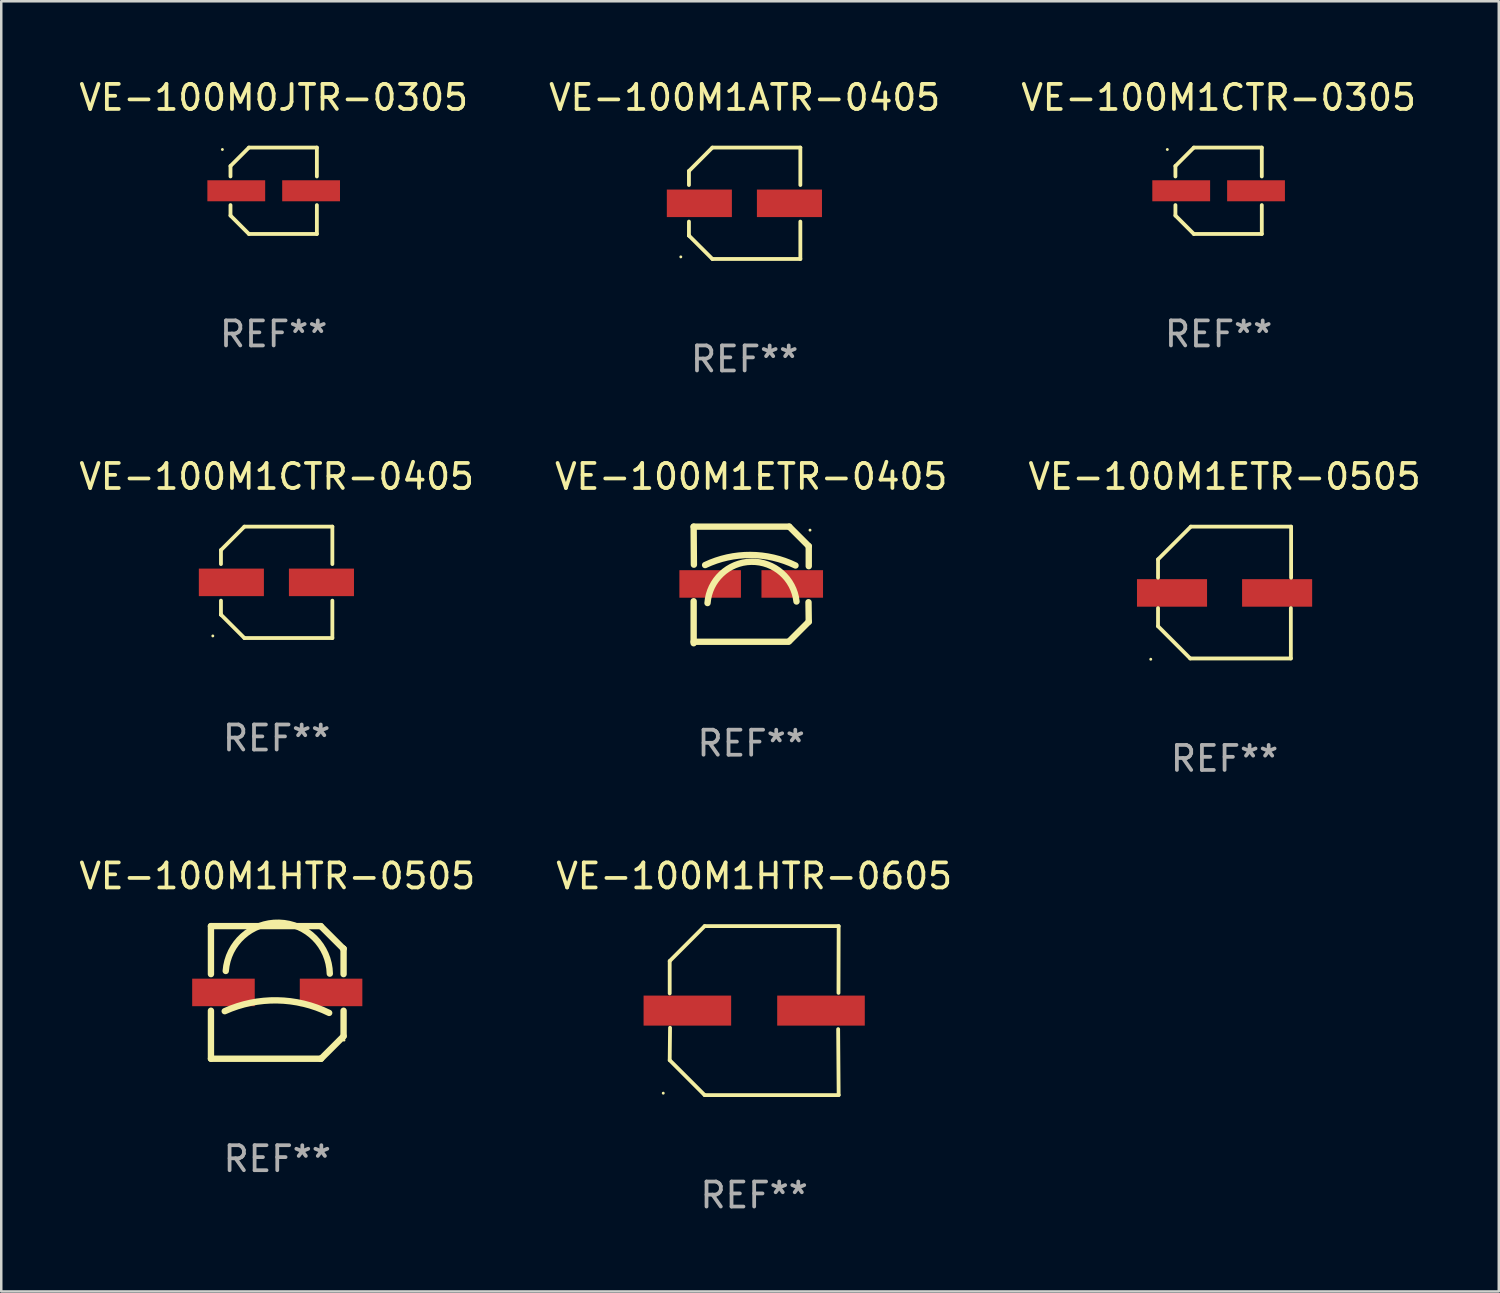
<source format=kicad_pcb>
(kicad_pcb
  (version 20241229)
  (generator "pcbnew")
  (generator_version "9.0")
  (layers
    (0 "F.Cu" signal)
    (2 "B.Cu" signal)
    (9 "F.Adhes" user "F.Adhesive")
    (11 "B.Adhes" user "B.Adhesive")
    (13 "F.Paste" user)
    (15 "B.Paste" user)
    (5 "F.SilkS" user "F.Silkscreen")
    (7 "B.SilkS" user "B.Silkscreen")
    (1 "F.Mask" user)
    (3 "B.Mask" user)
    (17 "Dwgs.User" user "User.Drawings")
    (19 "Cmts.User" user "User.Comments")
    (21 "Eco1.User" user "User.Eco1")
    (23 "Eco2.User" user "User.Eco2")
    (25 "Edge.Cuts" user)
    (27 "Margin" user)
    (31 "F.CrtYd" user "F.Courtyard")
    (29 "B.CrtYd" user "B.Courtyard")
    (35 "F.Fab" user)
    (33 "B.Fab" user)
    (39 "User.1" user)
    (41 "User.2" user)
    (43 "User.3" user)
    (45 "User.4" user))
  (footprint "VE-100M1HTR-0505"
    (layer "F.Cu")
    (at 8.03 36.61)
    (property "Reference" "VE-100M1HTR-0505" (at 0 -4.65 0) (layer "F.SilkS") (effects (font (size 1 1) (thickness 0.15))))
    (attr through_hole)
    (fp_line (start -2.65 -2.65) (end 1.74 -2.65) (stroke (width 0.254) (type solid)) (layer "F.SilkS"))
    (fp_line (start -2.65 -0.731) (end -2.65 -2.65) (stroke (width 0.254) (type solid)) (layer "F.SilkS"))
    (fp_line (start -2.65 2.65) (end -2.65 0.731) (stroke (width 0.254) (type solid)) (layer "F.SilkS"))
    (fp_line (start -2.65 2.65) (end 1.73 2.65) (stroke (width 0.254) (type solid)) (layer "F.SilkS"))
    (fp_line (start 1.73 2.65) (end 1.75 2.65) (stroke (width 0.254) (type solid)) (layer "F.SilkS"))
    (fp_line (start 1.75 2.65) (end 2.65 1.75) (stroke (width 0.254) (type solid)) (layer "F.SilkS"))
    (fp_line (start 2.64 -1.75) (end 1.74 -2.65) (stroke (width 0.254) (type solid)) (layer "F.SilkS"))
    (fp_line (start 2.65 -1.75) (end 2.64 -1.75) (stroke (width 0.254) (type solid)) (layer "F.SilkS"))
    (fp_line (start 2.65 -0.731) (end 2.65 -1.75) (stroke (width 0.254) (type solid)) (layer "F.SilkS"))
    (fp_line (start 2.65 1.75) (end 2.65 0.731) (stroke (width 0.254) (type solid)) (layer "F.SilkS"))
    (fp_arc (start -2.1 0.749886) (mid -0.005214 0.316693) (end 2.074168 0.818644) (stroke (width 0.254001) (type solid)) (layer "F.SilkS"))
    (fp_arc (start -2.058369 -0.857759) (mid 0.072137 -2.78601) (end 2.1 -0.750089) (stroke (width 0.254001) (type solid)) (layer "F.SilkS"))
    (fp_circle (center 2.667 1.905) (end 2.697 1.905) (stroke (width 0.06) (type solid)) (fill no) (layer "F.SilkS"))
    (fp_text user "REF**" (at 0 6.65 0) (layer "F.Fab") (effects (font (size 1 1) (thickness 0.15))))
    (pad "1" smd rect (at 2.15 0) (size 2.5 1.1) (layers "F.Cu" "F.Mask" "F.Paste"))
    (pad "2" smd rect (at -2.15 0) (size 2.5 1.1) (layers "F.Cu" "F.Mask" "F.Paste")))
  (footprint "VE-100M1ATR-0405"
    (layer "F.Cu")
    (at 26.708 5.074)
    (property "Reference" "VE-100M1ATR-0405" (at 0 -4.226 0) (layer "F.SilkS") (effects (font (size 1 1) (thickness 0.15))))
    (attr through_hole)
    (fp_line (start -2.226 -1.289) (end -2.226 -0.73) (stroke (width 0.152) (type solid)) (layer "F.SilkS"))
    (fp_line (start -2.226 0.731) (end -2.226 1.291) (stroke (width 0.152) (type solid)) (layer "F.SilkS"))
    (fp_line (start -2.226 1.291) (end -2.226 1.291) (stroke (width 0.152) (type solid)) (layer "F.SilkS"))
    (fp_line (start -1.29 -2.226) (end -2.226 -1.289) (stroke (width 0.152) (type solid)) (layer "F.SilkS"))
    (fp_line (start -1.289 2.226) (end -2.226 1.291) (stroke (width 0.152) (type solid)) (layer "F.SilkS"))
    (fp_line (start 2.226 -2.226) (end -1.29 -2.226) (stroke (width 0.152) (type solid)) (layer "F.SilkS"))
    (fp_line (start 2.226 -0.73) (end 2.226 -2.226) (stroke (width 0.152) (type solid)) (layer "F.SilkS"))
    (fp_line (start 2.226 2.226) (end -1.289 2.226) (stroke (width 0.152) (type solid)) (layer "F.SilkS"))
    (fp_line (start 2.226 2.226) (end 2.226 0.731) (stroke (width 0.152) (type solid)) (layer "F.SilkS"))
    (fp_circle (center -2.551 2.142) (end -2.521 2.142) (stroke (width 0.06) (type solid)) (fill no) (layer "F.SilkS"))
    (fp_text user "REF**" (at 0 6.226 0) (layer "F.Fab") (effects (font (size 1 1) (thickness 0.15))))
    (pad "1" smd rect (at -1.81 0.001) (size 2.6 1.1) (layers "F.Cu" "F.Mask" "F.Paste"))
    (pad "2" smd rect (at 1.79 0.001) (size 2.6 1.1) (layers "F.Cu" "F.Mask" "F.Paste")))
  (footprint "VE-100M1ETR-0505"
    (layer "F.Cu")
    (at 45.887 20.63)
    (property "Reference" "VE-100M1ETR-0505" (at 0 -4.634 0) (layer "F.SilkS") (effects (font (size 1 1) (thickness 0.15))))
    (attr through_hole)
    (fp_line (start -2.659 -1.326) (end -2.659 -0.592) (stroke (width 0.152) (type solid)) (layer "F.SilkS"))
    (fp_line (start -2.659 1.346) (end -2.659 0.622) (stroke (width 0.152) (type solid)) (layer "F.SilkS"))
    (fp_line (start -1.372 2.634) (end -2.659 1.346) (stroke (width 0.152) (type solid)) (layer "F.SilkS"))
    (fp_line (start -1.349 -2.634) (end -2.659 -1.326) (stroke (width 0.152) (type solid)) (layer "F.SilkS"))
    (fp_line (start 2.649 0.622) (end 2.649 2.634) (stroke (width 0.152) (type solid)) (layer "F.SilkS"))
    (fp_line (start 2.649 2.634) (end -1.372 2.634) (stroke (width 0.152) (type solid)) (layer "F.SilkS"))
    (fp_line (start 2.659 -2.634) (end -1.349 -2.634) (stroke (width 0.152) (type solid)) (layer "F.SilkS"))
    (fp_line (start 2.659 -0.592) (end 2.659 -2.634) (stroke (width 0.152) (type solid)) (layer "F.SilkS"))
    (fp_circle (center -2.95 2.665) (end -2.92 2.665) (stroke (width 0.06) (type solid)) (fill no) (layer "F.SilkS"))
    (fp_text user "REF**" (at 0 6.634 0) (layer "F.Fab") (effects (font (size 1 1) (thickness 0.15))))
    (pad "1" smd rect (at -2.1 0.015) (size 2.8 1.1) (layers "F.Cu" "F.Mask" "F.Paste"))
    (pad "2" smd rect (at 2.1 0.015) (size 2.8 1.1) (layers "F.Cu" "F.Mask" "F.Paste")))
  (footprint "VE-100M1CTR-0305"
    (layer "F.Cu")
    (at 45.649 4.574)
    (property "Reference" "VE-100M1CTR-0305" (at 0 -3.726 0) (layer "F.SilkS") (effects (font (size 1 1) (thickness 0.15))))
    (attr through_hole)
    (fp_line (start -1.726 -0.99) (end -1.726 -0.572) (stroke (width 0.152) (type solid)) (layer "F.SilkS"))
    (fp_line (start -1.726 0.99) (end -1.726 0.572) (stroke (width 0.152) (type solid)) (layer "F.SilkS"))
    (fp_line (start -0.99 -1.726) (end -1.726 -0.99) (stroke (width 0.152) (type solid)) (layer "F.SilkS"))
    (fp_line (start -0.99 1.726) (end -1.726 0.99) (stroke (width 0.152) (type solid)) (layer "F.SilkS"))
    (fp_line (start 1.726 -1.726) (end -0.99 -1.726) (stroke (width 0.152) (type solid)) (layer "F.SilkS"))
    (fp_line (start 1.726 -0.572) (end 1.726 -1.726) (stroke (width 0.152) (type solid)) (layer "F.SilkS"))
    (fp_line (start 1.726 0.572) (end 1.726 1.726) (stroke (width 0.152) (type solid)) (layer "F.SilkS"))
    (fp_line (start 1.726 1.726) (end -0.99 1.726) (stroke (width 0.152) (type solid)) (layer "F.SilkS"))
    (fp_circle (center -2.05 -1.65) (end -2.02 -1.65) (stroke (width 0.06) (type solid)) (fill no) (layer "F.SilkS"))
    (fp_text user "REF**" (at 0 5.726 0) (layer "F.Fab") (effects (font (size 1 1) (thickness 0.15))))
    (pad "1" smd rect (at -1.495 0) (size 2.31 0.84) (layers "F.Cu" "F.Mask" "F.Paste"))
    (pad "2" smd rect (at 1.495 0) (size 2.31 0.84) (layers "F.Cu" "F.Mask" "F.Paste")))
  (footprint "VE-100M0JTR-0305"
    (layer "F.Cu")
    (at 7.887 4.574)
    (property "Reference" "VE-100M0JTR-0305" (at 0 -3.726 0) (layer "F.SilkS") (effects (font (size 1 1) (thickness 0.15))))
    (attr through_hole)
    (fp_line (start -1.726 -0.99) (end -1.726 -0.572) (stroke (width 0.152) (type solid)) (layer "F.SilkS"))
    (fp_line (start -1.726 0.99) (end -1.726 0.572) (stroke (width 0.152) (type solid)) (layer "F.SilkS"))
    (fp_line (start -0.99 -1.726) (end -1.726 -0.99) (stroke (width 0.152) (type solid)) (layer "F.SilkS"))
    (fp_line (start -0.99 1.726) (end -1.726 0.99) (stroke (width 0.152) (type solid)) (layer "F.SilkS"))
    (fp_line (start 1.726 -1.726) (end -0.99 -1.726) (stroke (width 0.152) (type solid)) (layer "F.SilkS"))
    (fp_line (start 1.726 -0.572) (end 1.726 -1.726) (stroke (width 0.152) (type solid)) (layer "F.SilkS"))
    (fp_line (start 1.726 0.572) (end 1.726 1.726) (stroke (width 0.152) (type solid)) (layer "F.SilkS"))
    (fp_line (start 1.726 1.726) (end -0.99 1.726) (stroke (width 0.152) (type solid)) (layer "F.SilkS"))
    (fp_circle (center -2.05 -1.65) (end -2.02 -1.65) (stroke (width 0.06) (type solid)) (fill no) (layer "F.SilkS"))
    (fp_text user "REF**" (at 0 5.726 0) (layer "F.Fab") (effects (font (size 1 1) (thickness 0.15))))
    (pad "1" smd rect (at -1.495 0) (size 2.31 0.84) (layers "F.Cu" "F.Mask" "F.Paste"))
    (pad "2" smd rect (at 1.495 0) (size 2.31 0.84) (layers "F.Cu" "F.Mask" "F.Paste")))
  (footprint "VE-100M1HTR-0605"
    (layer "F.Cu")
    (at 27.089 37.336)
    (property "Reference" "VE-100M1HTR-0605" (at 0 -5.376 0) (layer "F.SilkS") (effects (font (size 1 1) (thickness 0.15))))
    (attr through_hole)
    (fp_line (start -3.376 -1.98) (end -3.376 -0.686) (stroke (width 0.152) (type solid)) (layer "F.SilkS"))
    (fp_line (start -3.376 1.981) (end -3.362 0.686) (stroke (width 0.152) (type solid)) (layer "F.SilkS"))
    (fp_line (start -1.981 3.376) (end -3.376 1.981) (stroke (width 0.152) (type solid)) (layer "F.SilkS"))
    (fp_line (start -1.98 -3.376) (end -3.376 -1.98) (stroke (width 0.152) (type solid)) (layer "F.SilkS"))
    (fp_line (start 3.356 0.74) (end 3.376 3.376) (stroke (width 0.152) (type solid)) (layer "F.SilkS"))
    (fp_line (start 3.369 -0.707) (end 3.376 -3.376) (stroke (width 0.152) (type solid)) (layer "F.SilkS"))
    (fp_line (start 3.376 3.376) (end -1.981 3.376) (stroke (width 0.152) (type solid)) (layer "F.SilkS"))
    (fp_line (start 3.376 -3.376) (end -1.98 -3.376) (stroke (width 0.152) (type solid)) (layer "F.SilkS"))
    (fp_circle (center -3.634 3.3) (end -3.604 3.3) (stroke (width 0.06) (type solid)) (fill no) (layer "F.SilkS"))
    (fp_text user "REF**" (at 0 7.376 0) (layer "F.Fab") (effects (font (size 1 1) (thickness 0.15))))
    (pad "1" smd rect (at -2.67 0.000254) (size 3.5 1.2) (layers "F.Cu" "F.Mask" "F.Paste"))
    (pad "2" smd rect (at 2.67 0.000254) (size 3.5 1.2) (layers "F.Cu" "F.Mask" "F.Paste")))
  (footprint "VE-100M1CTR-0405"
    (layer "F.Cu")
    (at 8.006 20.222)
    (property "Reference" "VE-100M1CTR-0405" (at 0 -4.226 0) (layer "F.SilkS") (effects (font (size 1 1) (thickness 0.15))))
    (attr through_hole)
    (fp_line (start -2.226 -1.289) (end -2.226 -0.73) (stroke (width 0.152) (type solid)) (layer "F.SilkS"))
    (fp_line (start -2.226 0.731) (end -2.226 1.291) (stroke (width 0.152) (type solid)) (layer "F.SilkS"))
    (fp_line (start -2.226 1.291) (end -2.226 1.291) (stroke (width 0.152) (type solid)) (layer "F.SilkS"))
    (fp_line (start -1.29 -2.226) (end -2.226 -1.289) (stroke (width 0.152) (type solid)) (layer "F.SilkS"))
    (fp_line (start -1.289 2.226) (end -2.226 1.291) (stroke (width 0.152) (type solid)) (layer "F.SilkS"))
    (fp_line (start 2.226 -2.226) (end -1.29 -2.226) (stroke (width 0.152) (type solid)) (layer "F.SilkS"))
    (fp_line (start 2.226 -0.73) (end 2.226 -2.226) (stroke (width 0.152) (type solid)) (layer "F.SilkS"))
    (fp_line (start 2.226 2.226) (end -1.289 2.226) (stroke (width 0.152) (type solid)) (layer "F.SilkS"))
    (fp_line (start 2.226 2.226) (end 2.226 0.731) (stroke (width 0.152) (type solid)) (layer "F.SilkS"))
    (fp_circle (center -2.551 2.142) (end -2.521 2.142) (stroke (width 0.06) (type solid)) (fill no) (layer "F.SilkS"))
    (fp_text user "REF**" (at 0 6.226 0) (layer "F.Fab") (effects (font (size 1 1) (thickness 0.15))))
    (pad "1" smd rect (at -1.81 0.001) (size 2.6 1.1) (layers "F.Cu" "F.Mask" "F.Paste"))
    (pad "2" smd rect (at 1.79 0.001) (size 2.6 1.1) (layers "F.Cu" "F.Mask" "F.Paste")))
  (footprint "VE-100M1ETR-0405"
    (layer "F.Cu")
    (at 26.97 20.326)
    (property "Reference" "VE-100M1ETR-0405" (at 0 -4.33 0) (layer "F.SilkS") (effects (font (size 1 1) (thickness 0.15))))
    (attr through_hole)
    (fp_line (start -2.3 -2.33) (end 1.52 -2.33) (stroke (width 0.254) (type solid)) (layer "F.SilkS"))
    (fp_line (start -2.3 2.27) (end 1.49 2.27) (stroke (width 0.254) (type solid)) (layer "F.SilkS"))
    (fp_line (start -2.3 2.33) (end -2.3 0.651) (stroke (width 0.254) (type solid)) (layer "F.SilkS"))
    (fp_line (start -2.29 -0.81) (end -2.3 -2.33) (stroke (width 0.254) (type solid)) (layer "F.SilkS"))
    (fp_line (start 2.3 -1.55) (end 1.52 -2.33) (stroke (width 0.254) (type solid)) (layer "F.SilkS"))
    (fp_line (start 2.3 1.47) (end 1.52 2.25) (stroke (width 0.254) (type solid)) (layer "F.SilkS"))
    (fp_line (start 2.3 1.47) (end 2.29 0.69) (stroke (width 0.254) (type solid)) (layer "F.SilkS"))
    (fp_line (start 2.3 -0.75) (end 2.3 -1.55) (stroke (width 0.254) (type solid)) (layer "F.SilkS"))
    (fp_arc (start -1.842151 -0.794552) (mid -0.033717 -1.197402) (end 1.770752 -0.777152) (stroke (width 0.254001) (type solid)) (layer "F.SilkS"))
    (fp_arc (start -1.745757 0.723659) (mid 0.004392 -0.926664) (end 1.810884 0.661786) (stroke (width 0.254001) (type solid)) (layer "F.SilkS"))
    (fp_circle (center 2.35 -2.191) (end 2.38 -2.191) (stroke (width 0.06) (type solid)) (fill no) (layer "F.SilkS"))
    (fp_text user "REF**" (at 0 6.33 0) (layer "F.Fab") (effects (font (size 1 1) (thickness 0.15))))
    (pad "1" smd rect (at 1.64 -0.04) (size 2.46 1.1) (layers "F.Cu" "F.Mask" "F.Paste"))
    (pad "2" smd rect (at -1.64 -0.04) (size 2.46 1.1) (layers "F.Cu" "F.Mask" "F.Paste")))
  (gr_rect
    (start -3 -3)
    (end 56.845 48.561)
    (stroke (width 0.1) (type default))
    (fill no)
    (layer "Edge.Cuts")))
</source>
